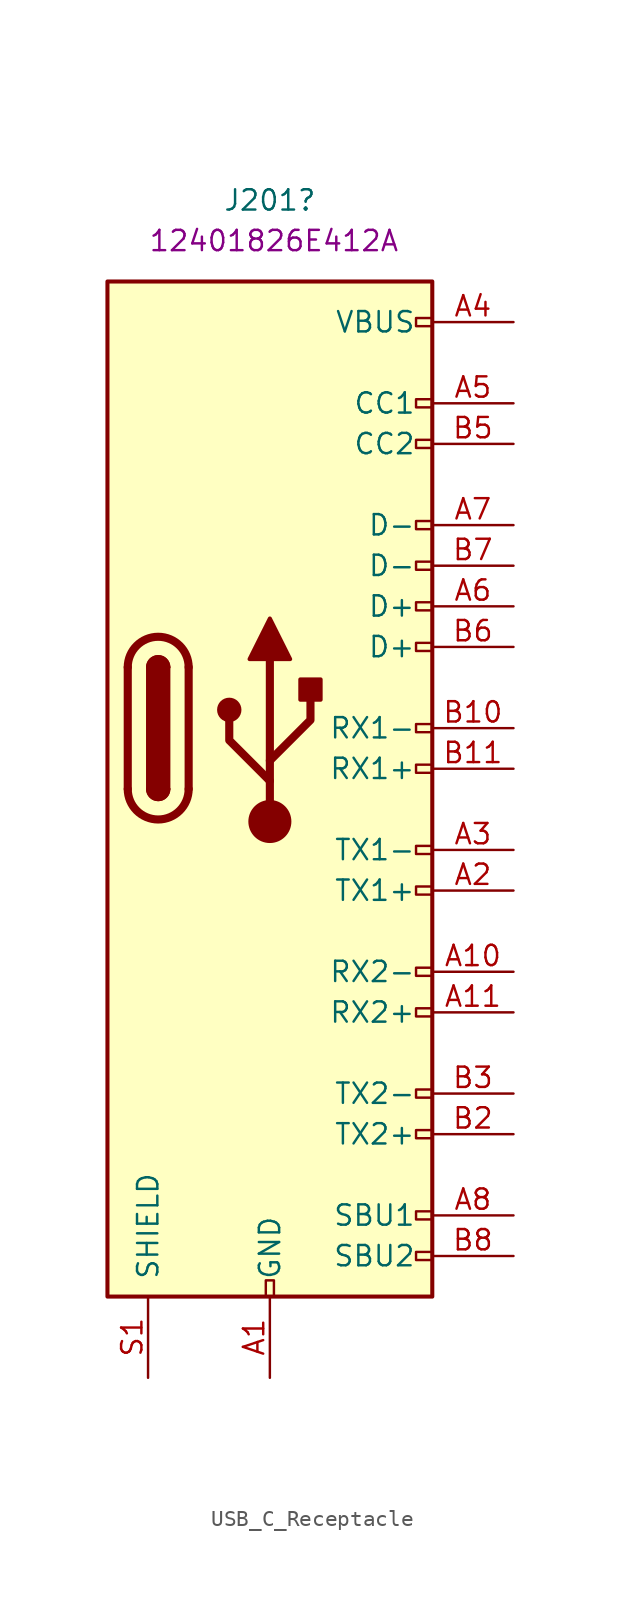
<source format=kicad_sym>
(kicad_symbol_lib
  (version 20231120)
  (generator "kicad_symbol_editor")
  (generator_version "8.0")
  (symbol "USB_C_Receptacle"
    (pin_names
      (offset 1.016))
    (property "Reference" "J201"
      (at 0 33.02 0)
      (effects (font (size 1.27 1.27))))
    (property "MPN" "12401826E412A"
      (at 0.254 30.48 0)
      (effects (font (size 1.27 1.27))))
    (symbol "USB_C_Receptacle_0_0"
      (rectangle (start -0.254 -35.56) (end 0.254 -34.544) (stroke (width 0) (type default)) (fill (type none)))
      (rectangle (start 10.16 -32.766) (end 9.144 -33.274) (stroke (width 0) (type default)) (fill (type none)))
      (rectangle (start 10.16 -30.226) (end 9.144 -30.734) (stroke (width 0) (type default)) (fill (type none)))
      (rectangle (start 10.16 -25.146) (end 9.144 -25.654) (stroke (width 0) (type default)) (fill (type none)))
      (rectangle (start 10.16 -22.606) (end 9.144 -23.114) (stroke (width 0) (type default)) (fill (type none)))
      (rectangle (start 10.16 -17.526) (end 9.144 -18.034) (stroke (width 0) (type default)) (fill (type none)))
      (rectangle (start 10.16 -14.986) (end 9.144 -15.494) (stroke (width 0) (type default)) (fill (type none)))
      (rectangle (start 10.16 -9.906) (end 9.144 -10.414) (stroke (width 0) (type default)) (fill (type none)))
      (rectangle (start 10.16 -7.366) (end 9.144 -7.874) (stroke (width 0) (type default)) (fill (type none)))
      (rectangle (start 10.16 -2.286) (end 9.144 -2.794) (stroke (width 0) (type default)) (fill (type none)))
      (rectangle (start 10.16 0.254) (end 9.144 -0.254) (stroke (width 0) (type default)) (fill (type none)))
      (rectangle (start 10.16 5.334) (end 9.144 4.826) (stroke (width 0) (type default)) (fill (type none)))
      (rectangle (start 10.16 7.874) (end 9.144 7.366) (stroke (width 0) (type default)) (fill (type none)))
      (rectangle (start 10.16 10.414) (end 9.144 9.906) (stroke (width 0) (type default)) (fill (type none)))
      (rectangle (start 10.16 12.954) (end 9.144 12.446) (stroke (width 0) (type default)) (fill (type none)))
      (rectangle (start 10.16 18.034) (end 9.144 17.526) (stroke (width 0) (type default)) (fill (type none)))
      (rectangle (start 10.16 20.574) (end 9.144 20.066) (stroke (width 0) (type default)) (fill (type none)))
      (rectangle (start 10.16 25.654) (end 9.144 25.146) (stroke (width 0) (type default)) (fill (type none))))
    (symbol "USB_C_Receptacle_0_1"
      (rectangle (start -10.16 27.94) (end 10.16 -35.56) (stroke (width 0.254) (type default)) (fill (type background)))
      (arc (start -8.89 -3.81) (mid -6.985 -5.7067) (end -5.08 -3.81) (stroke (width 0.508) (type default)) (fill (type none)))
      (arc (start -7.62 -3.81) (mid -6.985 -4.4423) (end -6.35 -3.81) (stroke (width 0.254) (type default)) (fill (type none)))
      (arc (start -7.62 -3.81) (mid -6.985 -4.4423) (end -6.35 -3.81) (stroke (width 0.254) (type default)) (fill (type outline)))
      (rectangle (start -7.62 -3.81) (end -6.35 3.81) (stroke (width 0.254) (type default)) (fill (type outline)))
      (arc (start -6.35 3.81) (mid -6.985 4.4423) (end -7.62 3.81) (stroke (width 0.254) (type default)) (fill (type none)))
      (arc (start -6.35 3.81) (mid -6.985 4.4423) (end -7.62 3.81) (stroke (width 0.254) (type default)) (fill (type outline)))
      (arc (start -5.08 3.81) (mid -6.985 5.7067) (end -8.89 3.81) (stroke (width 0.508) (type default)) (fill (type none)))
      (polyline (pts (xy -8.89 -3.81) (xy -8.89 3.81)) (stroke (width 0.508) (type default)) (fill (type none)))
      (polyline (pts (xy -5.08 3.81) (xy -5.08 -3.81)) (stroke (width 0.508) (type default)) (fill (type none))))
    (symbol "USB_C_Receptacle_1_1"
      (circle (center -2.54 1.143) (radius 0.635) (stroke (width 0.254) (type default)) (fill (type outline)))
      (circle (center 0 -5.842) (radius 1.27) (stroke (width 0) (type default)) (fill (type outline)))
      (polyline (pts (xy 0 -5.842) (xy 0 4.318)) (stroke (width 0.508) (type default)) (fill (type none)))
      (polyline (pts (xy 0 -3.302) (xy -2.54 -0.762) (xy -2.54 0.508)) (stroke (width 0.508) (type default)) (fill (type none)))
      (polyline (pts (xy 0 -2.032) (xy 2.54 0.508) (xy 2.54 1.778)) (stroke (width 0.508) (type default)) (fill (type none)))
      (polyline (pts (xy -1.27 4.318) (xy 0 6.858) (xy 1.27 4.318) (xy -1.27 4.318)) (stroke (width 0.254) (type default)) (fill (type outline)))
      (rectangle (start 1.905 1.778) (end 3.175 3.048) (stroke (width 0.254) (type default)) (fill (type outline)))
      (pin passive line (at 0 -40.64 90) (length 5.08) (name "GND" (effects (font (size 1.27 1.27)))) (number "A1" (effects (font (size 1.27 1.27)))))
      (pin bidirectional line (at 15.24 -15.24 180) (length 5.08) (name "RX2-" (effects (font (size 1.27 1.27)))) (number "A10" (effects (font (size 1.27 1.27)))))
      (pin bidirectional line (at 15.24 -17.78 180) (length 5.08) (name "RX2+" (effects (font (size 1.27 1.27)))) (number "A11" (effects (font (size 1.27 1.27)))))
      (pin passive line (at 0 -40.64 90) (length 5.08) hide (name "GND" (effects (font (size 1.27 1.27)))) (number "A12" (effects (font (size 1.27 1.27)))))
      (pin bidirectional line (at 15.24 -10.16 180) (length 5.08) (name "TX1+" (effects (font (size 1.27 1.27)))) (number "A2" (effects (font (size 1.27 1.27)))))
      (pin bidirectional line (at 15.24 -7.62 180) (length 5.08) (name "TX1-" (effects (font (size 1.27 1.27)))) (number "A3" (effects (font (size 1.27 1.27)))))
      (pin passive line (at 15.24 25.4 180) (length 5.08) (name "VBUS" (effects (font (size 1.27 1.27)))) (number "A4" (effects (font (size 1.27 1.27)))))
      (pin bidirectional line (at 15.24 20.32 180) (length 5.08) (name "CC1" (effects (font (size 1.27 1.27)))) (number "A5" (effects (font (size 1.27 1.27)))))
      (pin bidirectional line (at 15.24 7.62 180) (length 5.08) (name "D+" (effects (font (size 1.27 1.27)))) (number "A6" (effects (font (size 1.27 1.27)))))
      (pin bidirectional line (at 15.24 12.7 180) (length 5.08) (name "D-" (effects (font (size 1.27 1.27)))) (number "A7" (effects (font (size 1.27 1.27)))))
      (pin bidirectional line (at 15.24 -30.48 180) (length 5.08) (name "SBU1" (effects (font (size 1.27 1.27)))) (number "A8" (effects (font (size 1.27 1.27)))))
      (pin passive line (at 15.24 25.4 180) (length 5.08) hide (name "VBUS" (effects (font (size 1.27 1.27)))) (number "A9" (effects (font (size 1.27 1.27)))))
      (pin passive line (at 0 -40.64 90) (length 5.08) hide (name "GND" (effects (font (size 1.27 1.27)))) (number "B1" (effects (font (size 1.27 1.27)))))
      (pin bidirectional line (at 15.24 0 180) (length 5.08) (name "RX1-" (effects (font (size 1.27 1.27)))) (number "B10" (effects (font (size 1.27 1.27)))))
      (pin bidirectional line (at 15.24 -2.54 180) (length 5.08) (name "RX1+" (effects (font (size 1.27 1.27)))) (number "B11" (effects (font (size 1.27 1.27)))))
      (pin passive line (at 0 -40.64 90) (length 5.08) hide (name "GND" (effects (font (size 1.27 1.27)))) (number "B12" (effects (font (size 1.27 1.27)))))
      (pin bidirectional line (at 15.24 -25.4 180) (length 5.08) (name "TX2+" (effects (font (size 1.27 1.27)))) (number "B2" (effects (font (size 1.27 1.27)))))
      (pin bidirectional line (at 15.24 -22.86 180) (length 5.08) (name "TX2-" (effects (font (size 1.27 1.27)))) (number "B3" (effects (font (size 1.27 1.27)))))
      (pin passive line (at 15.24 25.4 180) (length 5.08) hide (name "VBUS" (effects (font (size 1.27 1.27)))) (number "B4" (effects (font (size 1.27 1.27)))))
      (pin bidirectional line (at 15.24 17.78 180) (length 5.08) (name "CC2" (effects (font (size 1.27 1.27)))) (number "B5" (effects (font (size 1.27 1.27)))))
      (pin bidirectional line (at 15.24 5.08 180) (length 5.08) (name "D+" (effects (font (size 1.27 1.27)))) (number "B6" (effects (font (size 1.27 1.27)))))
      (pin bidirectional line (at 15.24 10.16 180) (length 5.08) (name "D-" (effects (font (size 1.27 1.27)))) (number "B7" (effects (font (size 1.27 1.27)))))
      (pin bidirectional line (at 15.24 -33.02 180) (length 5.08) (name "SBU2" (effects (font (size 1.27 1.27)))) (number "B8" (effects (font (size 1.27 1.27)))))
      (pin passive line (at 15.24 25.4 180) (length 5.08) hide (name "VBUS" (effects (font (size 1.27 1.27)))) (number "B9" (effects (font (size 1.27 1.27)))))
      (pin passive line (at -7.62 -40.64 90) (length 5.08) (name "SHIELD" (effects (font (size 1.27 1.27)))) (number "S1" (effects (font (size 1.27 1.27))))))))
</source>
